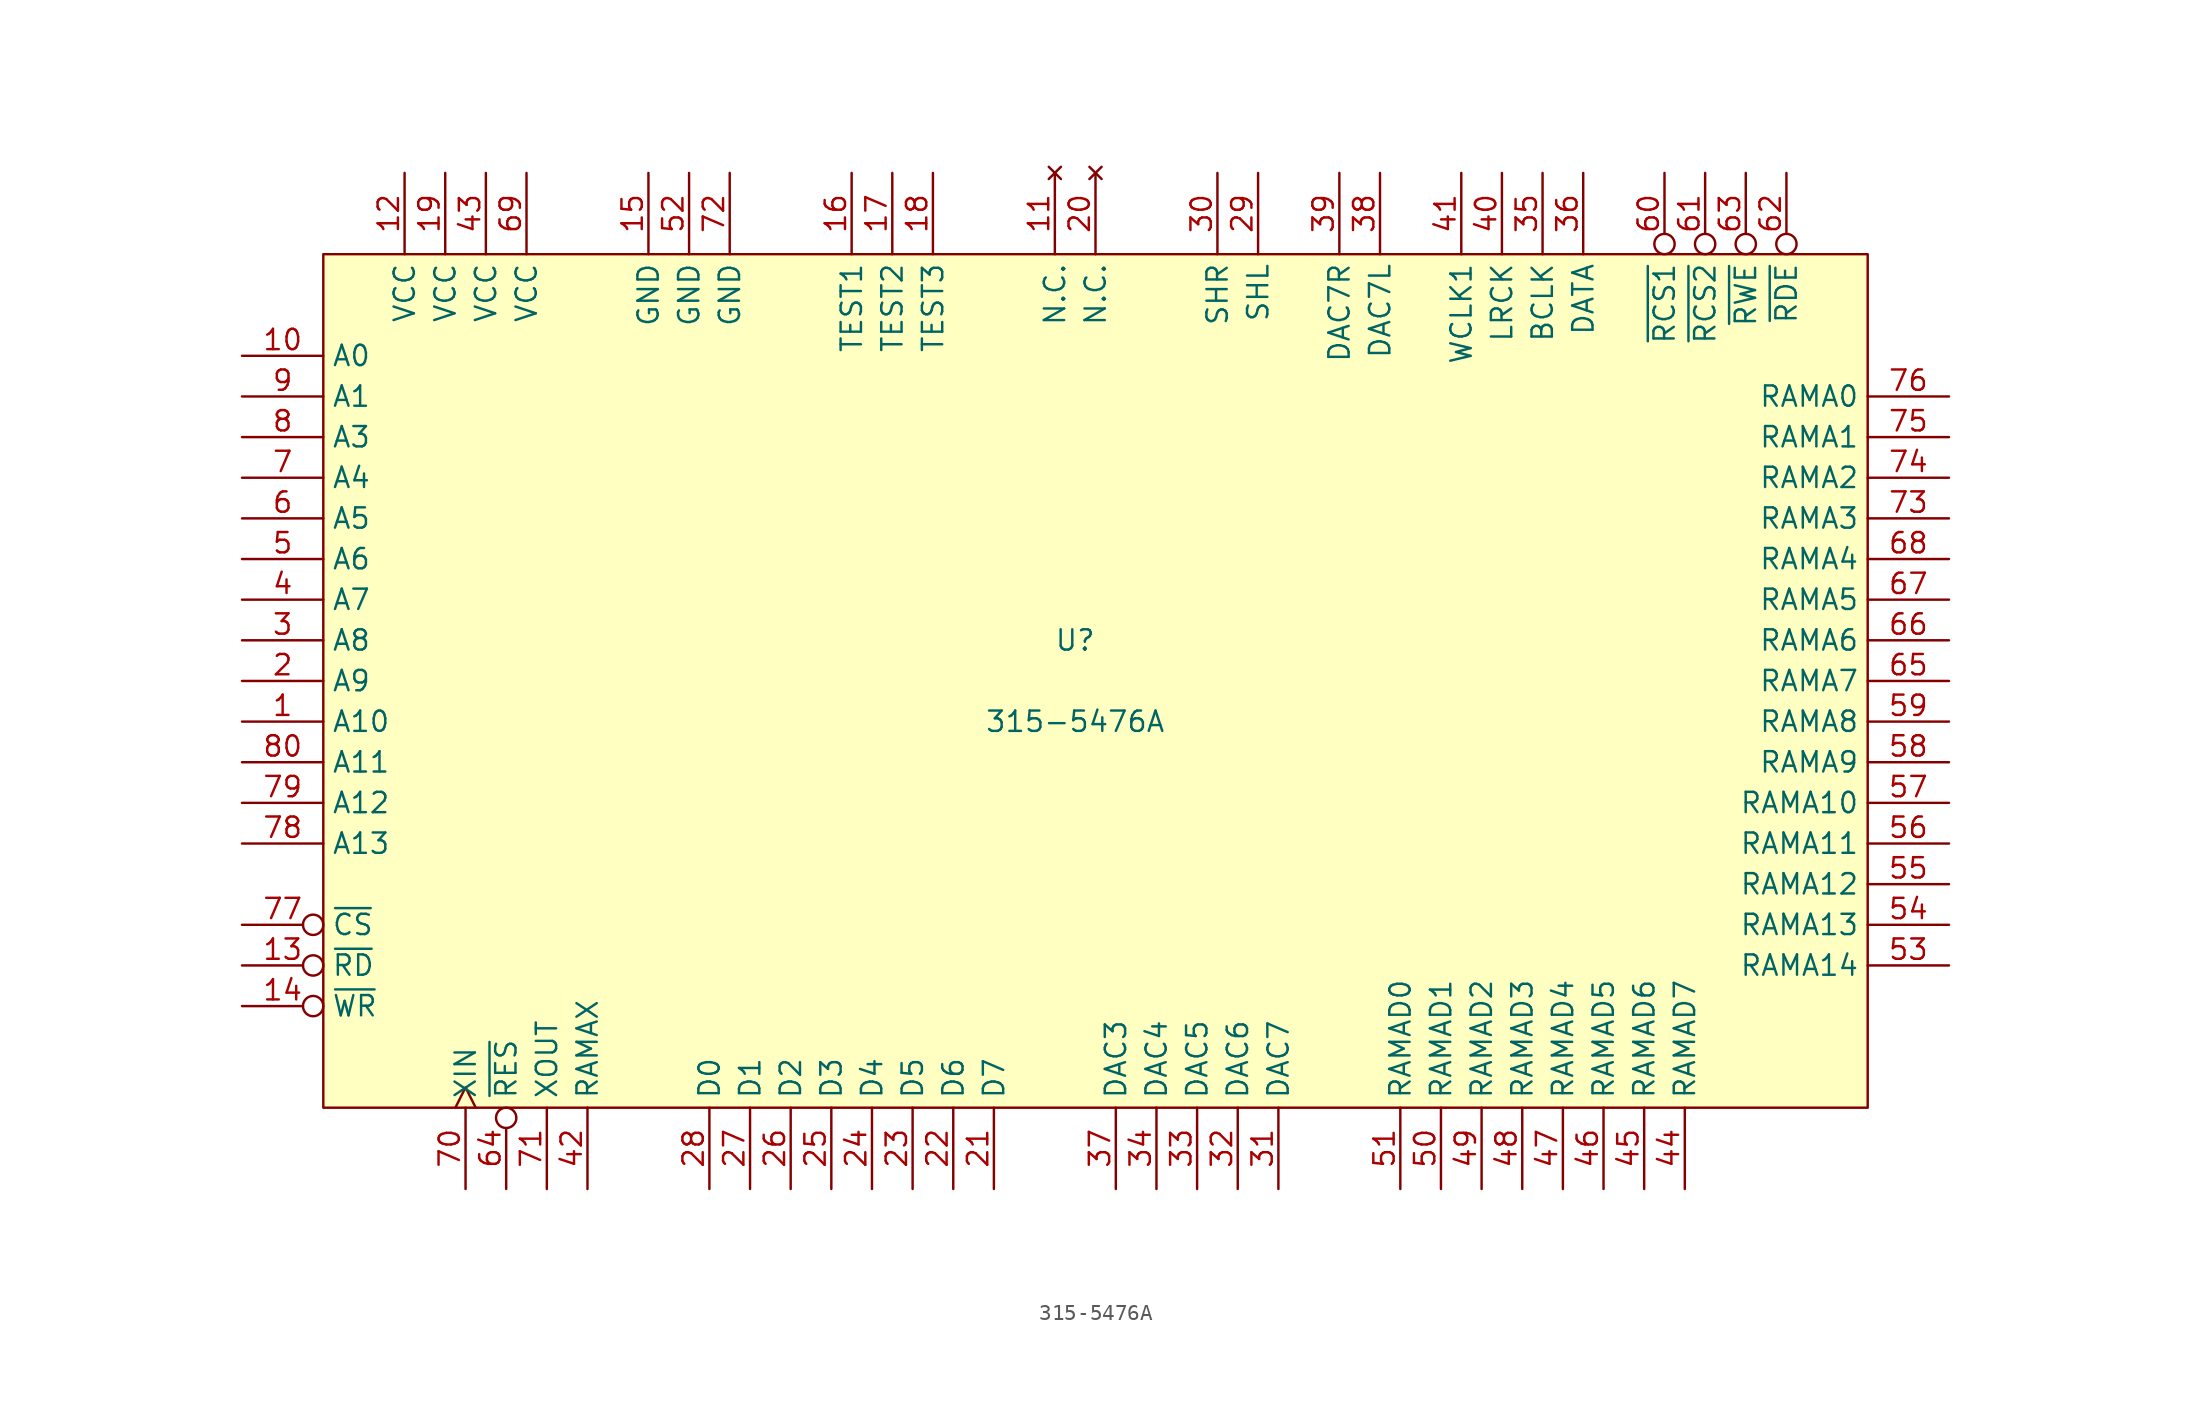
<source format=kicad_sym>
(kicad_symbol_lib
  (version 20220914)
  (generator kicad_symbol_editor)
  (symbol "315-5476A"
    (property "Reference" "U"
      (at 0 2.54 0)
      (effects (font (size 1.27 1.27))))
    (property "Value" "315-5476A"
      (at 0 -2.54 0)
      (effects (font (size 1.27 1.27))))
    (symbol "315-5476A_1_1"
      (rectangle (start -46.99 26.67) (end 49.53 -26.67) (stroke (width 0) (type default)) (fill (type background)))
      (pin input line (at -52.07 -2.54 0) (length 5.08) (name "A10" (effects (font (size 1.27 1.27)))) (number "1" (effects (font (size 1.27 1.27)))))
      (pin input line (at -52.07 20.32 0) (length 5.08) (name "A0" (effects (font (size 1.27 1.27)))) (number "10" (effects (font (size 1.27 1.27)))))
      (pin no_connect line (at -1.27 31.75 270) (length 5.08) (name "N.C." (effects (font (size 1.27 1.27)))) (number "11" (effects (font (size 1.27 1.27)))))
      (pin power_in line (at -41.91 31.75 270) (length 5.08) (name "VCC" (effects (font (size 1.27 1.27)))) (number "12" (effects (font (size 1.27 1.27)))))
      (pin input inverted (at -52.07 -17.78 0) (length 5.08) (name "~{RD}" (effects (font (size 1.27 1.27)))) (number "13" (effects (font (size 1.27 1.27)))))
      (pin input inverted (at -52.07 -20.32 0) (length 5.08) (name "~{WR}" (effects (font (size 1.27 1.27)))) (number "14" (effects (font (size 1.27 1.27)))))
      (pin power_in line (at -26.67 31.75 270) (length 5.08) (name "GND" (effects (font (size 1.27 1.27)))) (number "15" (effects (font (size 1.27 1.27)))))
      (pin power_in line (at -13.97 31.75 270) (length 5.08) (name "TEST1" (effects (font (size 1.27 1.27)))) (number "16" (effects (font (size 1.27 1.27)))))
      (pin power_in line (at -11.43 31.75 270) (length 5.08) (name "TEST2" (effects (font (size 1.27 1.27)))) (number "17" (effects (font (size 1.27 1.27)))))
      (pin power_in line (at -8.89 31.75 270) (length 5.08) (name "TEST3" (effects (font (size 1.27 1.27)))) (number "18" (effects (font (size 1.27 1.27)))))
      (pin power_in line (at -39.37 31.75 270) (length 5.08) (name "VCC" (effects (font (size 1.27 1.27)))) (number "19" (effects (font (size 1.27 1.27)))))
      (pin input line (at -52.07 0 0) (length 5.08) (name "A9" (effects (font (size 1.27 1.27)))) (number "2" (effects (font (size 1.27 1.27)))))
      (pin no_connect line (at 1.27 31.75 270) (length 5.08) (name "N.C." (effects (font (size 1.27 1.27)))) (number "20" (effects (font (size 1.27 1.27)))))
      (pin bidirectional line (at -5.08 -31.75 90) (length 5.08) (name "D7" (effects (font (size 1.27 1.27)))) (number "21" (effects (font (size 1.27 1.27)))))
      (pin bidirectional line (at -7.62 -31.75 90) (length 5.08) (name "D6" (effects (font (size 1.27 1.27)))) (number "22" (effects (font (size 1.27 1.27)))))
      (pin bidirectional line (at -10.16 -31.75 90) (length 5.08) (name "D5" (effects (font (size 1.27 1.27)))) (number "23" (effects (font (size 1.27 1.27)))))
      (pin bidirectional line (at -12.7 -31.75 90) (length 5.08) (name "D4" (effects (font (size 1.27 1.27)))) (number "24" (effects (font (size 1.27 1.27)))))
      (pin bidirectional line (at -15.24 -31.75 90) (length 5.08) (name "D3" (effects (font (size 1.27 1.27)))) (number "25" (effects (font (size 1.27 1.27)))))
      (pin bidirectional line (at -17.78 -31.75 90) (length 5.08) (name "D2" (effects (font (size 1.27 1.27)))) (number "26" (effects (font (size 1.27 1.27)))))
      (pin bidirectional line (at -20.32 -31.75 90) (length 5.08) (name "D1" (effects (font (size 1.27 1.27)))) (number "27" (effects (font (size 1.27 1.27)))))
      (pin bidirectional line (at -22.86 -31.75 90) (length 5.08) (name "D0" (effects (font (size 1.27 1.27)))) (number "28" (effects (font (size 1.27 1.27)))))
      (pin passive line (at 11.43 31.75 270) (length 5.08) (name "SHL" (effects (font (size 1.27 1.27)))) (number "29" (effects (font (size 1.27 1.27)))))
      (pin input line (at -52.07 2.54 0) (length 5.08) (name "A8" (effects (font (size 1.27 1.27)))) (number "3" (effects (font (size 1.27 1.27)))))
      (pin passive line (at 8.89 31.75 270) (length 5.08) (name "SHR" (effects (font (size 1.27 1.27)))) (number "30" (effects (font (size 1.27 1.27)))))
      (pin bidirectional line (at 12.7 -31.75 90) (length 5.08) (name "DAC7" (effects (font (size 1.27 1.27)))) (number "31" (effects (font (size 1.27 1.27)))))
      (pin bidirectional line (at 10.16 -31.75 90) (length 5.08) (name "DAC6" (effects (font (size 1.27 1.27)))) (number "32" (effects (font (size 1.27 1.27)))))
      (pin bidirectional line (at 7.62 -31.75 90) (length 5.08) (name "DAC5" (effects (font (size 1.27 1.27)))) (number "33" (effects (font (size 1.27 1.27)))))
      (pin bidirectional line (at 5.08 -31.75 90) (length 5.08) (name "DAC4" (effects (font (size 1.27 1.27)))) (number "34" (effects (font (size 1.27 1.27)))))
      (pin input line (at 29.21 31.75 270) (length 5.08) (name "BCLK" (effects (font (size 1.27 1.27)))) (number "35" (effects (font (size 1.27 1.27)))))
      (pin input line (at 31.75 31.75 270) (length 5.08) (name "DATA" (effects (font (size 1.27 1.27)))) (number "36" (effects (font (size 1.27 1.27)))))
      (pin bidirectional line (at 2.54 -31.75 90) (length 5.08) (name "DAC3" (effects (font (size 1.27 1.27)))) (number "37" (effects (font (size 1.27 1.27)))))
      (pin passive line (at 19.05 31.75 270) (length 5.08) (name "DAC7L" (effects (font (size 1.27 1.27)))) (number "38" (effects (font (size 1.27 1.27)))))
      (pin passive line (at 16.51 31.75 270) (length 5.08) (name "DAC7R" (effects (font (size 1.27 1.27)))) (number "39" (effects (font (size 1.27 1.27)))))
      (pin input line (at -52.07 5.08 0) (length 5.08) (name "A7" (effects (font (size 1.27 1.27)))) (number "4" (effects (font (size 1.27 1.27)))))
      (pin input line (at 26.67 31.75 270) (length 5.08) (name "LRCK" (effects (font (size 1.27 1.27)))) (number "40" (effects (font (size 1.27 1.27)))))
      (pin input line (at 24.13 31.75 270) (length 5.08) (name "WCLK1" (effects (font (size 1.27 1.27)))) (number "41" (effects (font (size 1.27 1.27)))))
      (pin output line (at -30.48 -31.75 90) (length 5.08) (name "RAMAX" (effects (font (size 1.27 1.27)))) (number "42" (effects (font (size 1.27 1.27)))))
      (pin power_in line (at -36.83 31.75 270) (length 5.08) (name "VCC" (effects (font (size 1.27 1.27)))) (number "43" (effects (font (size 1.27 1.27)))))
      (pin bidirectional line (at 38.1 -31.75 90) (length 5.08) (name "RAMAD7" (effects (font (size 1.27 1.27)))) (number "44" (effects (font (size 1.27 1.27)))))
      (pin bidirectional line (at 35.56 -31.75 90) (length 5.08) (name "RAMAD6" (effects (font (size 1.27 1.27)))) (number "45" (effects (font (size 1.27 1.27)))))
      (pin bidirectional line (at 33.02 -31.75 90) (length 5.08) (name "RAMAD5" (effects (font (size 1.27 1.27)))) (number "46" (effects (font (size 1.27 1.27)))))
      (pin bidirectional line (at 30.48 -31.75 90) (length 5.08) (name "RAMAD4" (effects (font (size 1.27 1.27)))) (number "47" (effects (font (size 1.27 1.27)))))
      (pin bidirectional line (at 27.94 -31.75 90) (length 5.08) (name "RAMAD3" (effects (font (size 1.27 1.27)))) (number "48" (effects (font (size 1.27 1.27)))))
      (pin bidirectional line (at 25.4 -31.75 90) (length 5.08) (name "RAMAD2" (effects (font (size 1.27 1.27)))) (number "49" (effects (font (size 1.27 1.27)))))
      (pin input line (at -52.07 7.62 0) (length 5.08) (name "A6" (effects (font (size 1.27 1.27)))) (number "5" (effects (font (size 1.27 1.27)))))
      (pin bidirectional line (at 22.86 -31.75 90) (length 5.08) (name "RAMAD1" (effects (font (size 1.27 1.27)))) (number "50" (effects (font (size 1.27 1.27)))))
      (pin bidirectional line (at 20.32 -31.75 90) (length 5.08) (name "RAMAD0" (effects (font (size 1.27 1.27)))) (number "51" (effects (font (size 1.27 1.27)))))
      (pin power_in line (at -24.13 31.75 270) (length 5.08) (name "GND" (effects (font (size 1.27 1.27)))) (number "52" (effects (font (size 1.27 1.27)))))
      (pin output line (at 54.61 -17.78 180) (length 5.08) (name "RAMA14" (effects (font (size 1.27 1.27)))) (number "53" (effects (font (size 1.27 1.27)))))
      (pin output line (at 54.61 -15.24 180) (length 5.08) (name "RAMA13" (effects (font (size 1.27 1.27)))) (number "54" (effects (font (size 1.27 1.27)))))
      (pin output line (at 54.61 -12.7 180) (length 5.08) (name "RAMA12" (effects (font (size 1.27 1.27)))) (number "55" (effects (font (size 1.27 1.27)))))
      (pin output line (at 54.61 -10.16 180) (length 5.08) (name "RAMA11" (effects (font (size 1.27 1.27)))) (number "56" (effects (font (size 1.27 1.27)))))
      (pin output line (at 54.61 -7.62 180) (length 5.08) (name "RAMA10" (effects (font (size 1.27 1.27)))) (number "57" (effects (font (size 1.27 1.27)))))
      (pin output line (at 54.61 -5.08 180) (length 5.08) (name "RAMA9" (effects (font (size 1.27 1.27)))) (number "58" (effects (font (size 1.27 1.27)))))
      (pin output line (at 54.61 -2.54 180) (length 5.08) (name "RAMA8" (effects (font (size 1.27 1.27)))) (number "59" (effects (font (size 1.27 1.27)))))
      (pin input line (at -52.07 10.16 0) (length 5.08) (name "A5" (effects (font (size 1.27 1.27)))) (number "6" (effects (font (size 1.27 1.27)))))
      (pin input inverted (at 36.83 31.75 270) (length 5.08) (name "~{RCS1}" (effects (font (size 1.27 1.27)))) (number "60" (effects (font (size 1.27 1.27)))))
      (pin input inverted (at 39.37 31.75 270) (length 5.08) (name "~{RCS2}" (effects (font (size 1.27 1.27)))) (number "61" (effects (font (size 1.27 1.27)))))
      (pin input inverted (at 44.45 31.75 270) (length 5.08) (name "~{RDE}" (effects (font (size 1.27 1.27)))) (number "62" (effects (font (size 1.27 1.27)))))
      (pin input inverted (at 41.91 31.75 270) (length 5.08) (name "~{RWE}" (effects (font (size 1.27 1.27)))) (number "63" (effects (font (size 1.27 1.27)))))
      (pin input inverted (at -35.56 -31.75 90) (length 5.08) (name "~{RES}" (effects (font (size 1.27 1.27)))) (number "64" (effects (font (size 1.27 1.27)))))
      (pin output line (at 54.61 0 180) (length 5.08) (name "RAMA7" (effects (font (size 1.27 1.27)))) (number "65" (effects (font (size 1.27 1.27)))))
      (pin output line (at 54.61 2.54 180) (length 5.08) (name "RAMA6" (effects (font (size 1.27 1.27)))) (number "66" (effects (font (size 1.27 1.27)))))
      (pin output line (at 54.61 5.08 180) (length 5.08) (name "RAMA5" (effects (font (size 1.27 1.27)))) (number "67" (effects (font (size 1.27 1.27)))))
      (pin output line (at 54.61 7.62 180) (length 5.08) (name "RAMA4" (effects (font (size 1.27 1.27)))) (number "68" (effects (font (size 1.27 1.27)))))
      (pin power_in line (at -34.29 31.75 270) (length 5.08) (name "VCC" (effects (font (size 1.27 1.27)))) (number "69" (effects (font (size 1.27 1.27)))))
      (pin input line (at -52.07 12.7 0) (length 5.08) (name "A4" (effects (font (size 1.27 1.27)))) (number "7" (effects (font (size 1.27 1.27)))))
      (pin input clock (at -38.1 -31.75 90) (length 5.08) (name "XIN" (effects (font (size 1.27 1.27)))) (number "70" (effects (font (size 1.27 1.27)))))
      (pin output line (at -33.02 -31.75 90) (length 5.08) (name "XOUT" (effects (font (size 1.27 1.27)))) (number "71" (effects (font (size 1.27 1.27)))))
      (pin power_in line (at -21.59 31.75 270) (length 5.08) (name "GND" (effects (font (size 1.27 1.27)))) (number "72" (effects (font (size 1.27 1.27)))))
      (pin output line (at 54.61 10.16 180) (length 5.08) (name "RAMA3" (effects (font (size 1.27 1.27)))) (number "73" (effects (font (size 1.27 1.27)))))
      (pin output line (at 54.61 12.7 180) (length 5.08) (name "RAMA2" (effects (font (size 1.27 1.27)))) (number "74" (effects (font (size 1.27 1.27)))))
      (pin output line (at 54.61 15.24 180) (length 5.08) (name "RAMA1" (effects (font (size 1.27 1.27)))) (number "75" (effects (font (size 1.27 1.27)))))
      (pin output line (at 54.61 17.78 180) (length 5.08) (name "RAMA0" (effects (font (size 1.27 1.27)))) (number "76" (effects (font (size 1.27 1.27)))))
      (pin input inverted (at -52.07 -15.24 0) (length 5.08) (name "~{CS}" (effects (font (size 1.27 1.27)))) (number "77" (effects (font (size 1.27 1.27)))))
      (pin input line (at -52.07 -10.16 0) (length 5.08) (name "A13" (effects (font (size 1.27 1.27)))) (number "78" (effects (font (size 1.27 1.27)))))
      (pin input line (at -52.07 -7.62 0) (length 5.08) (name "A12" (effects (font (size 1.27 1.27)))) (number "79" (effects (font (size 1.27 1.27)))))
      (pin input line (at -52.07 15.24 0) (length 5.08) (name "A3" (effects (font (size 1.27 1.27)))) (number "8" (effects (font (size 1.27 1.27)))))
      (pin input line (at -52.07 -5.08 0) (length 5.08) (name "A11" (effects (font (size 1.27 1.27)))) (number "80" (effects (font (size 1.27 1.27)))))
      (pin input line (at -52.07 17.78 0) (length 5.08) (name "A1" (effects (font (size 1.27 1.27)))) (number "9" (effects (font (size 1.27 1.27))))))))
</source>
